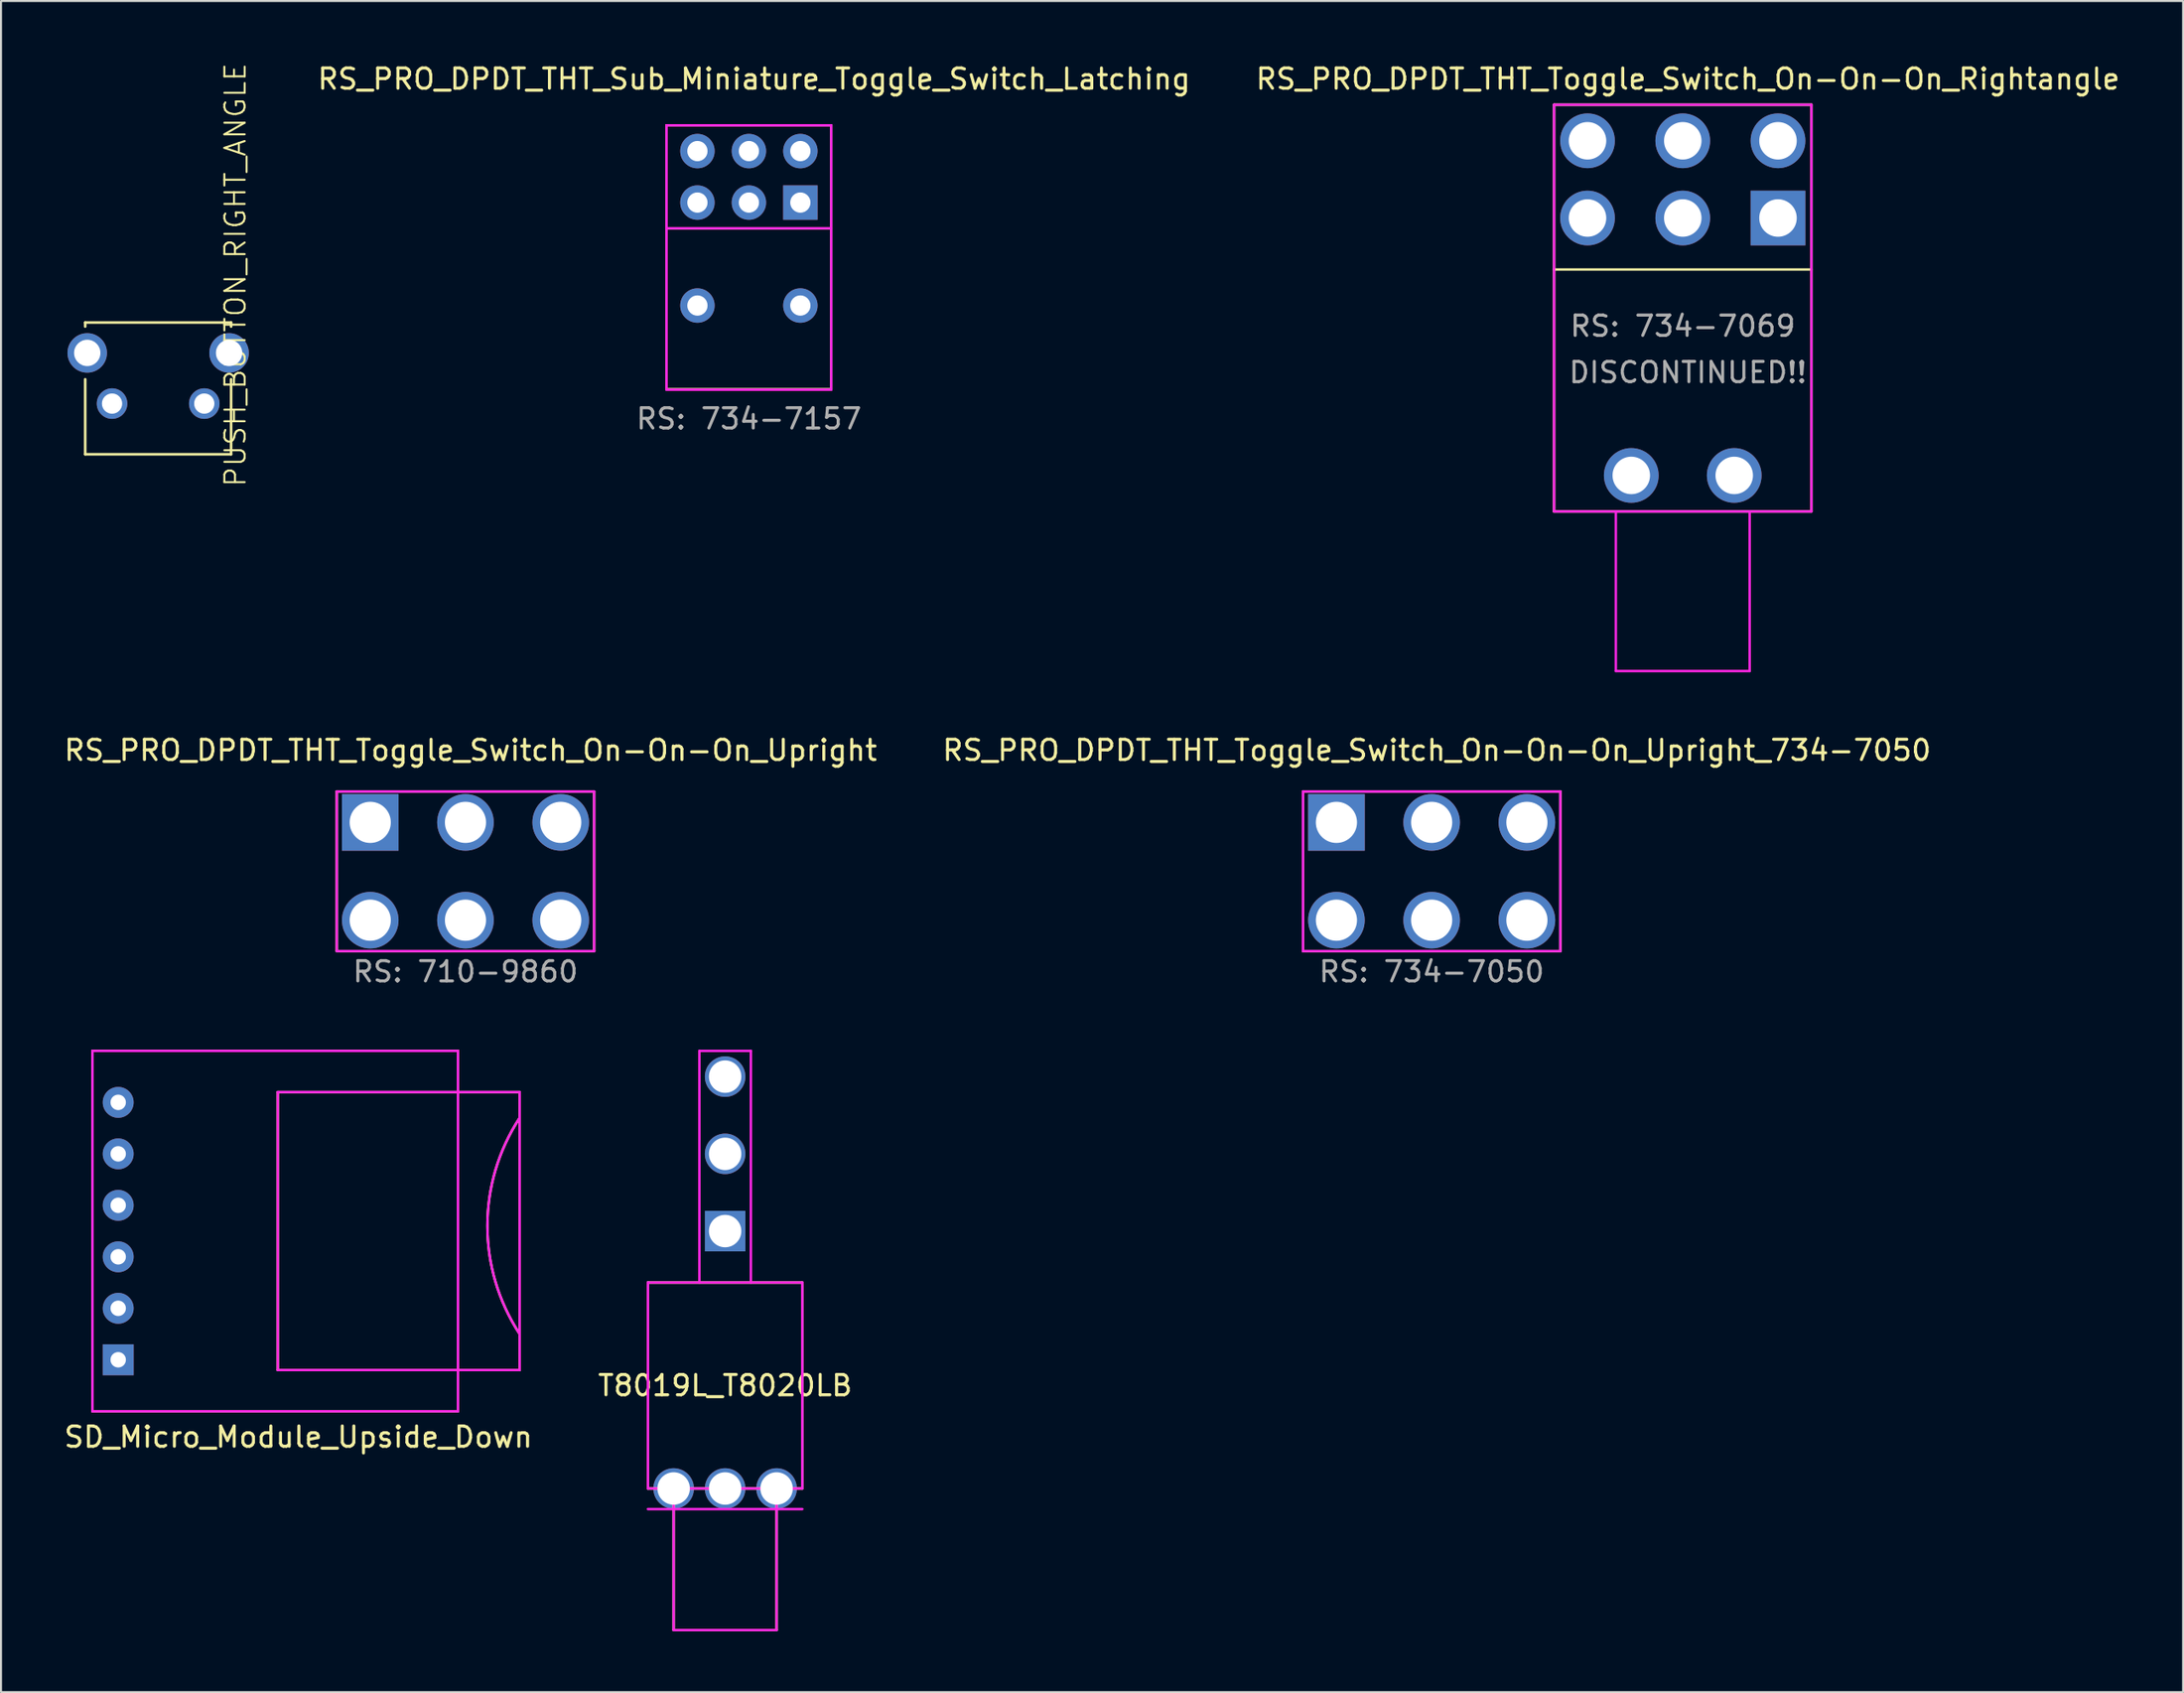
<source format=kicad_pcb>
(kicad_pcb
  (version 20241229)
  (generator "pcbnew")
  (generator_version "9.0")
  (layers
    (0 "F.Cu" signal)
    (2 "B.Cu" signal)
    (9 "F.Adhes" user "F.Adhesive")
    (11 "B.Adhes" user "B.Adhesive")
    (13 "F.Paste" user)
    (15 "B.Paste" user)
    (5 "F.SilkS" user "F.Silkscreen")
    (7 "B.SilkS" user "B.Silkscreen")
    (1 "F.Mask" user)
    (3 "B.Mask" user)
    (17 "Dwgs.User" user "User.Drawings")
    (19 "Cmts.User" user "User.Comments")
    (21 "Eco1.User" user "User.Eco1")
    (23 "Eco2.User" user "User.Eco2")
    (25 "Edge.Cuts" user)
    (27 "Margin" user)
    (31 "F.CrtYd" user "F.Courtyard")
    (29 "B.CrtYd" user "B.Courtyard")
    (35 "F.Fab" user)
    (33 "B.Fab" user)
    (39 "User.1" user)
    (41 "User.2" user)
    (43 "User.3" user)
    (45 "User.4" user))
  (footprint "RS_PRO_DPDT_THT_Toggle_Switch_On-On-On_Upright_734-7050"
    (layer "F.Cu")
    (at 67.597 42.349)
    (property "Reference" "RS_PRO_DPDT_THT_Toggle_Switch_On-On-On_Upright_734-7050" (at 0.254 -8.382 0) (layer "F.SilkS") (effects (font (size 1 1) (thickness 0.15))))
    (attr through_hole)
    (fp_line (start -6.35 -6.35) (end -6.35 1.524) (stroke (width 0.12) (type solid)) (layer "F.SilkS"))
    (fp_line (start -6.35 1.524) (end 6.35 1.524) (stroke (width 0.12) (type solid)) (layer "F.SilkS"))
    (fp_line (start 6.35 -6.35) (end -6.35 -6.35) (stroke (width 0.12) (type solid)) (layer "F.SilkS"))
    (fp_line (start 6.35 1.524) (end 6.35 -6.35) (stroke (width 0.12) (type solid)) (layer "F.SilkS"))
    (fp_line (start -6.35 -6.35) (end 6.35 -6.35) (stroke (width 0.12) (type solid)) (layer "F.CrtYd"))
    (fp_line (start -6.35 1.524) (end -6.35 -6.35) (stroke (width 0.12) (type solid)) (layer "F.CrtYd"))
    (fp_line (start -6.35 1.524) (end 6.35 1.524) (stroke (width 0.12) (type solid)) (layer "F.CrtYd"))
    (fp_line (start 6.35 -6.35) (end 6.35 1.524) (stroke (width 0.12) (type solid)) (layer "F.CrtYd"))
    (fp_text user "RS: 734-7050" (at 0 2.54 0) (layer "F.Fab") (effects (font (size 1 1) (thickness 0.15))))
    (pad "1" thru_hole rect (at -4.699 -4.826) (size 2.794 2.794) (drill 2.032) (layers "*.Cu" "*.Mask"))
    (pad "2" thru_hole circle (at 0 -4.826) (size 2.794 2.794) (drill 2.032) (layers "*.Cu" "*.Mask"))
    (pad "3" thru_hole circle (at 4.7 -4.826) (size 2.794 2.794) (drill 2.032) (layers "*.Cu" "*.Mask"))
    (pad "4" thru_hole circle (at -4.699 0) (size 2.794 2.794) (drill 2.032) (layers "*.Cu" "*.Mask"))
    (pad "5" thru_hole circle (at 0 0) (size 2.794 2.794) (drill 2.032) (layers "*.Cu" "*.Mask"))
    (pad "6" thru_hole circle (at 4.7 0) (size 2.794 2.794) (drill 2.032) (layers "*.Cu" "*.Mask")))
  (footprint "T8019L_T8020LB"
    (layer "F.Cu")
    (at 32.732 70.387)
    (property "Reference" "T8019L_T8020LB" (at 0 -5.08 0) (layer "F.SilkS") (effects (font (size 1 1) (thickness 0.15))))
    (attr through_hole)
    (fp_line (start -3.81 -10.16) (end -3.81 0) (stroke (width 0.12) (type solid)) (layer "F.SilkS"))
    (fp_line (start -3.81 -10.16) (end 3.81 -10.16) (stroke (width 0.12) (type solid)) (layer "F.SilkS"))
    (fp_line (start -3.81 0) (end 3.81 0) (stroke (width 0.12) (type solid)) (layer "F.SilkS"))
    (fp_line (start -2.54 0) (end -2.54 6.985) (stroke (width 0.12) (type solid)) (layer "F.SilkS"))
    (fp_line (start -2.54 6.985) (end 2.54 6.985) (stroke (width 0.12) (type solid)) (layer "F.SilkS"))
    (fp_line (start 2.54 6.985) (end 2.54 0) (stroke (width 0.12) (type solid)) (layer "F.SilkS"))
    (fp_line (start 3.81 0) (end 3.81 -10.16) (stroke (width 0.12) (type solid)) (layer "F.SilkS"))
    (fp_line (start -3.81 -10.16) (end -3.81 0) (stroke (width 0.12) (type solid)) (layer "F.CrtYd"))
    (fp_line (start -3.81 -10.16) (end 3.81 -10.16) (stroke (width 0.12) (type solid)) (layer "F.CrtYd"))
    (fp_line (start -3.81 0) (end 3.81 0) (stroke (width 0.12) (type solid)) (layer "F.CrtYd"))
    (fp_line (start -3.81 1.016) (end 3.81 1.016) (stroke (width 0.12) (type solid)) (layer "F.CrtYd"))
    (fp_line (start -2.54 0) (end -2.54 6.985) (stroke (width 0.12) (type solid)) (layer "F.CrtYd"))
    (fp_line (start -2.54 6.985) (end 2.54 6.985) (stroke (width 0.12) (type solid)) (layer "F.CrtYd"))
    (fp_line (start -1.27 -21.59) (end -1.27 -10.16) (stroke (width 0.12) (type solid)) (layer "F.CrtYd"))
    (fp_line (start 1.27 -21.59) (end -1.27 -21.59) (stroke (width 0.12) (type solid)) (layer "F.CrtYd"))
    (fp_line (start 1.27 -21.59) (end 1.27 -10.16) (stroke (width 0.12) (type solid)) (layer "F.CrtYd"))
    (fp_line (start 2.54 6.985) (end 2.54 0) (stroke (width 0.12) (type solid)) (layer "F.CrtYd"))
    (fp_line (start 3.81 0) (end 3.81 -10.16) (stroke (width 0.12) (type solid)) (layer "F.CrtYd"))
    (pad "1" thru_hole rect (at 0 -12.7 90) (size 2 2) (drill 1.6) (layers "*.Cu" "*.Mask"))
    (pad "2" thru_hole circle (at 0 -16.51 90) (size 2 2) (drill 1.6) (layers "*.Cu" "*.Mask"))
    (pad "3" thru_hole circle (at 0 -20.32 90) (size 2 2) (drill 1.6) (layers "*.Cu" "*.Mask"))
    (pad "M" thru_hole circle (at -2.54 0 90) (size 2 2) (drill 1.6) (layers "*.Cu" "*.Mask"))
    (pad "M" thru_hole circle (at 0 0 90) (size 2 2) (drill 1.6) (layers "*.Cu" "*.Mask"))
    (pad "M" thru_hole circle (at 2.54 0 90) (size 2 2) (drill 1.6) (layers "*.Cu" "*.Mask")))
  (footprint "RS_PRO_DPDT_THT_Toggle_Switch_On-On-On_Upright"
    (layer "F.Cu")
    (at 19.919 42.349)
    (property "Reference" "RS_PRO_DPDT_THT_Toggle_Switch_On-On-On_Upright" (at 0.254 -8.382 0) (layer "F.SilkS") (effects (font (size 1 1) (thickness 0.15))))
    (attr through_hole)
    (fp_line (start -6.35 -6.35) (end -6.35 1.524) (stroke (width 0.12) (type solid)) (layer "F.SilkS"))
    (fp_line (start -6.35 1.524) (end 6.35 1.524) (stroke (width 0.12) (type solid)) (layer "F.SilkS"))
    (fp_line (start 6.35 -6.35) (end -6.35 -6.35) (stroke (width 0.12) (type solid)) (layer "F.SilkS"))
    (fp_line (start 6.35 1.524) (end 6.35 -6.35) (stroke (width 0.12) (type solid)) (layer "F.SilkS"))
    (fp_line (start -6.35 -6.35) (end 6.35 -6.35) (stroke (width 0.12) (type solid)) (layer "F.CrtYd"))
    (fp_line (start -6.35 1.524) (end -6.35 -6.35) (stroke (width 0.12) (type solid)) (layer "F.CrtYd"))
    (fp_line (start -6.35 1.524) (end 6.35 1.524) (stroke (width 0.12) (type solid)) (layer "F.CrtYd"))
    (fp_line (start 6.35 -6.35) (end 6.35 1.524) (stroke (width 0.12) (type solid)) (layer "F.CrtYd"))
    (fp_text user "RS: 710-9860" (at 0 2.54 0) (layer "F.Fab") (effects (font (size 1 1) (thickness 0.15))))
    (pad "1" thru_hole rect (at -4.699 -4.826) (size 2.794 2.794) (drill 2.032) (layers "*.Cu" "*.Mask"))
    (pad "2" thru_hole circle (at 0 -4.826) (size 2.794 2.794) (drill 2.032) (layers "*.Cu" "*.Mask"))
    (pad "3" thru_hole circle (at 4.7 -4.826) (size 2.794 2.794) (drill 2.032) (layers "*.Cu" "*.Mask"))
    (pad "4" thru_hole circle (at -4.699 0) (size 2.794 2.794) (drill 2.032) (layers "*.Cu" "*.Mask"))
    (pad "5" thru_hole circle (at 0 0) (size 2.794 2.794) (drill 2.032) (layers "*.Cu" "*.Mask"))
    (pad "6" thru_hole circle (at 4.7 0) (size 2.794 2.794) (drill 2.032) (layers "*.Cu" "*.Mask")))
  (footprint "PUSH_BUTTON_RIGHT_ANGLE"
    (layer "F.Cu")
    (at 4.755 16.862)
    (property "Reference" "PUSH_BUTTON_RIGHT_ANGLE" (at 3.81 -6.35 90) (layer "F.SilkS") (effects (font (size 1.001 1.001) (thickness 0.1))))
    (attr through_hole)
    (fp_line (start -3.6 -4) (end -3.6 -3.8) (stroke (width 0.127) (type solid)) (layer "F.SilkS"))
    (fp_line (start -3.6 -4) (end 3.6 -4) (stroke (width 0.127) (type solid)) (layer "F.SilkS"))
    (fp_line (start -3.6 2.5) (end -3.6 -1.2) (stroke (width 0.127) (type solid)) (layer "F.SilkS"))
    (fp_line (start 3.6 -4) (end 3.6 -3.8) (stroke (width 0.127) (type solid)) (layer "F.SilkS"))
    (fp_line (start 3.6 2.5) (end -3.6 2.5) (stroke (width 0.127) (type solid)) (layer "F.SilkS"))
    (fp_line (start 3.6 2.5) (end 3.6 -1.2) (stroke (width 0.127) (type solid)) (layer "F.SilkS"))
    (fp_line (start -4.73 -4.25) (end 4.73 -4.25) (stroke (width 0.05) (type solid)) (layer "Eco1.User"))
    (fp_line (start -4.73 6.6) (end -4.73 -4.25) (stroke (width 0.05) (type solid)) (layer "Eco1.User"))
    (fp_line (start 4.73 -4.25) (end 4.73 6.6) (stroke (width 0.05) (type solid)) (layer "Eco1.User"))
    (fp_line (start 4.73 6.6) (end -4.73 6.6) (stroke (width 0.05) (type solid)) (layer "Eco1.User"))
    (fp_line (start -3.6 -4) (end 3.6 -4) (stroke (width 0.127) (type solid)) (layer "Eco2.User"))
    (fp_line (start -3.6 6.35) (end -3.6 -4) (stroke (width 0.127) (type solid)) (layer "Eco2.User"))
    (fp_line (start 3.6 -4) (end 3.6 6.35) (stroke (width 0.127) (type solid)) (layer "Eco2.User"))
    (fp_line (start 3.6 6.35) (end -3.6 6.35) (stroke (width 0.127) (type solid)) (layer "Eco2.User"))
    (pad "" thru_hole circle (at -3.5 -2.5) (size 1.95 1.95) (drill 1.3) (layers "*.Cu" "*.Mask"))
    (pad "" thru_hole circle (at 3.5 -2.5) (size 1.95 1.95) (drill 1.3) (layers "*.Cu" "*.Mask"))
    (pad "1" thru_hole circle (at -2.275 0) (size 1.508 1.508) (drill 1) (layers "*.Cu" "*.Mask"))
    (pad "2" thru_hole circle (at 2.275 0) (size 1.508 1.508) (drill 1) (layers "*.Cu" "*.Mask")))
  (footprint "SD_Micro_Module_Upside_Down"
    (layer "F.Cu")
    (at 2.783 64.037)
    (property "Reference" "SD_Micro_Module_Upside_Down" (at 8.89 3.81 0) (layer "F.SilkS") (effects (font (size 1 1) (thickness 0.15))))
    (attr through_hole)
    (fp_line (start -1.27 -15.24) (end -1.27 2.54) (stroke (width 0.12) (type solid)) (layer "F.SilkS"))
    (fp_line (start -1.27 2.54) (end 16.764 2.54) (stroke (width 0.12) (type solid)) (layer "F.SilkS"))
    (fp_line (start 7.874 -13.208) (end 7.874 0.508) (stroke (width 0.12) (type solid)) (layer "F.SilkS"))
    (fp_line (start 7.874 0.508) (end 19.812 0.508) (stroke (width 0.12) (type solid)) (layer "F.SilkS"))
    (fp_line (start 16.764 -15.24) (end -1.27 -15.24) (stroke (width 0.12) (type solid)) (layer "F.SilkS"))
    (fp_line (start 16.764 2.54) (end 16.764 -15.24) (stroke (width 0.12) (type solid)) (layer "F.SilkS"))
    (fp_line (start 19.812 -13.208) (end 7.874 -13.208) (stroke (width 0.12) (type solid)) (layer "F.SilkS"))
    (fp_line (start 19.812 0.508) (end 19.812 -13.208) (stroke (width 0.12) (type solid)) (layer "F.SilkS"))
    (fp_arc (start 19.807369 -1.277063) (mid 18.21807 -6.608223) (end 19.812 -11.938) (stroke (width 0.12) (type solid)) (layer "F.SilkS"))
    (fp_line (start -1.27 -15.24) (end -1.27 2.54) (stroke (width 0.12) (type solid)) (layer "F.CrtYd"))
    (fp_line (start -1.27 2.54) (end 16.764 2.54) (stroke (width 0.12) (type solid)) (layer "F.CrtYd"))
    (fp_line (start 7.874 -13.208) (end 7.874 0.508) (stroke (width 0.12) (type solid)) (layer "F.CrtYd"))
    (fp_line (start 7.874 0.508) (end 19.812 0.508) (stroke (width 0.12) (type solid)) (layer "F.CrtYd"))
    (fp_line (start 16.764 -15.24) (end -1.27 -15.24) (stroke (width 0.12) (type solid)) (layer "F.CrtYd"))
    (fp_line (start 16.764 2.54) (end 16.764 -15.24) (stroke (width 0.12) (type solid)) (layer "F.CrtYd"))
    (fp_line (start 19.812 -13.208) (end 7.874 -13.208) (stroke (width 0.12) (type solid)) (layer "F.CrtYd"))
    (fp_line (start 19.812 -13.208) (end 19.812 0.508) (stroke (width 0.12) (type solid)) (layer "F.CrtYd"))
    (fp_arc (start 19.812 -1.27) (mid 18.218069 -6.604) (end 19.812 -11.938) (stroke (width 0.12) (type solid)) (layer "F.CrtYd"))
    (pad "1" thru_hole rect (at 0 0) (size 1.524 1.524) (drill 0.762) (layers "*.Cu" "*.Mask"))
    (pad "2" thru_hole circle (at 0 -2.54) (size 1.524 1.524) (drill 0.762) (layers "*.Cu" "*.Mask"))
    (pad "3" thru_hole circle (at 0 -5.08) (size 1.524 1.524) (drill 0.762) (layers "*.Cu" "*.Mask"))
    (pad "4" thru_hole circle (at 0 -7.62) (size 1.524 1.524) (drill 0.762) (layers "*.Cu" "*.Mask"))
    (pad "5" thru_hole circle (at 0 -10.16) (size 1.524 1.524) (drill 0.762) (layers "*.Cu" "*.Mask"))
    (pad "6" thru_hole circle (at 0 -12.7) (size 1.524 1.524) (drill 0.762) (layers "*.Cu" "*.Mask")))
  (footprint "RS_PRO_DPDT_THT_Sub_Miniature_Toggle_Switch_Latching"
    (layer "F.Cu")
    (at 33.905 6.944)
    (property "Reference" "RS_PRO_DPDT_THT_Sub_Miniature_Toggle_Switch_Latching" (at 0.254 -6.096 0) (layer "F.SilkS") (effects (font (size 1 1) (thickness 0.15))))
    (attr through_hole)
    (fp_line (start -4.064 -3.81) (end -4.064 9.207) (stroke (width 0.12) (type solid)) (layer "F.SilkS"))
    (fp_line (start -4.064 1.27) (end 4.064 1.27) (stroke (width 0.12) (type solid)) (layer "F.SilkS"))
    (fp_line (start -4.064 9.207) (end 4.064 9.207) (stroke (width 0.12) (type solid)) (layer "F.SilkS"))
    (fp_line (start 4.064 -3.81) (end -4.064 -3.81) (stroke (width 0.12) (type solid)) (layer "F.SilkS"))
    (fp_line (start 4.064 9.207) (end 4.064 -3.81) (stroke (width 0.12) (type solid)) (layer "F.SilkS"))
    (fp_line (start -4.064 -3.81) (end 4.064 -3.81) (stroke (width 0.12) (type solid)) (layer "F.CrtYd"))
    (fp_line (start -4.064 9.233) (end -4.064 -3.81) (stroke (width 0.12) (type solid)) (layer "F.CrtYd"))
    (fp_line (start 4.064 -3.81) (end 4.064 9.233) (stroke (width 0.12) (type solid)) (layer "F.CrtYd"))
    (fp_line (start 4.064 1.27) (end -4.064 1.27) (stroke (width 0.12) (type solid)) (layer "F.CrtYd"))
    (fp_line (start 4.064 9.233) (end -4.064 9.233) (stroke (width 0.12) (type solid)) (layer "F.CrtYd"))
    (fp_text user "RS: 734-7157" (at 0 10.668 0) (layer "F.Fab") (effects (font (size 1 1) (thickness 0.15))))
    (pad "" thru_hole circle (at -2.54 5.08) (size 1.7 1.7) (drill 1) (layers "*.Cu" "*.Mask"))
    (pad "" thru_hole circle (at 2.54 5.08) (size 1.7 1.7) (drill 1) (layers "*.Cu" "*.Mask"))
    (pad "1" thru_hole rect (at 2.54 0) (size 1.7 1.7) (drill 1) (layers "*.Cu" "*.Mask"))
    (pad "2" thru_hole circle (at 0 0) (size 1.7 1.7) (drill 1) (layers "*.Cu" "*.Mask"))
    (pad "3" thru_hole circle (at -2.54 0) (size 1.7 1.7) (drill 1) (layers "*.Cu" "*.Mask"))
    (pad "4" thru_hole circle (at 2.54 -2.54) (size 1.7 1.7) (drill 1) (layers "*.Cu" "*.Mask"))
    (pad "5" thru_hole circle (at 0 -2.54) (size 1.7 1.7) (drill 1) (layers "*.Cu" "*.Mask"))
    (pad "6" thru_hole circle (at -2.54 -2.54) (size 1.7 1.7) (drill 1) (layers "*.Cu" "*.Mask")))
  (footprint "RS_PRO_DPDT_THT_Toggle_Switch_On-On-On_Rightangle"
    (layer "F.Cu")
    (at 79.988 7.706)
    (property "Reference" "RS_PRO_DPDT_THT_Toggle_Switch_On-On-On_Rightangle" (at 0.254 -6.858 0) (layer "F.SilkS") (effects (font (size 1 1) (thickness 0.15))))
    (attr through_hole)
    (fp_line (start -6.35 -5.588) (end -6.35 14.478) (stroke (width 0.12) (type solid)) (layer "F.SilkS"))
    (fp_line (start -6.35 2.54) (end 6.35 2.54) (stroke (width 0.12) (type solid)) (layer "F.SilkS"))
    (fp_line (start -6.35 14.478) (end 6.35 14.478) (stroke (width 0.12) (type solid)) (layer "F.SilkS"))
    (fp_line (start 6.35 -5.588) (end -6.35 -5.588) (stroke (width 0.12) (type solid)) (layer "F.SilkS"))
    (fp_line (start 6.35 14.478) (end 6.35 -5.588) (stroke (width 0.12) (type solid)) (layer "F.SilkS"))
    (fp_line (start -6.35 -5.588) (end 6.35 -5.588) (stroke (width 0.12) (type solid)) (layer "F.CrtYd"))
    (fp_line (start -6.35 14.478) (end -6.35 -5.588) (stroke (width 0.12) (type solid)) (layer "F.CrtYd"))
    (fp_line (start -3.302 14.478) (end -3.302 22.352) (stroke (width 0.12) (type solid)) (layer "F.CrtYd"))
    (fp_line (start -3.302 22.352) (end 3.302 22.352) (stroke (width 0.12) (type solid)) (layer "F.CrtYd"))
    (fp_line (start 3.302 22.352) (end 3.302 14.478) (stroke (width 0.12) (type solid)) (layer "F.CrtYd"))
    (fp_line (start 6.35 -5.588) (end 6.35 14.478) (stroke (width 0.12) (type solid)) (layer "F.CrtYd"))
    (fp_line (start 6.35 14.478) (end -6.35 14.478) (stroke (width 0.12) (type solid)) (layer "F.CrtYd"))
    (fp_text user "RS: 734-7069" (at 0 5.334 0) (layer "F.Fab") (effects (font (size 1 1) (thickness 0.15))))
    (fp_text user "DISCONTINUED!!" (at 0.254 7.62 0) (layer "F.Fab") (effects (font (size 1 1) (thickness 0.15))))
    (pad "" thru_hole circle (at -2.54 12.7) (size 2.7 2.7) (drill 1.85) (layers "*.Cu" "*.Mask"))
    (pad "" thru_hole circle (at 2.54 12.7) (size 2.7 2.7) (drill 1.85) (layers "*.Cu" "*.Mask"))
    (pad "1" thru_hole rect (at 4.7 0) (size 2.7 2.7) (drill 1.85) (layers "*.Cu" "*.Mask"))
    (pad "2" thru_hole circle (at 0 0) (size 2.7 2.7) (drill 1.85) (layers "*.Cu" "*.Mask"))
    (pad "3" thru_hole circle (at -4.7 0) (size 2.7 2.7) (drill 1.85) (layers "*.Cu" "*.Mask"))
    (pad "4" thru_hole circle (at 4.7 -3.81) (size 2.7 2.7) (drill 1.85) (layers "*.Cu" "*.Mask"))
    (pad "5" thru_hole circle (at 0 -3.81) (size 2.7 2.7) (drill 1.85) (layers "*.Cu" "*.Mask"))
    (pad "6" thru_hole circle (at -4.7 -3.81) (size 2.7 2.7) (drill 1.85) (layers "*.Cu" "*.Mask")))
  (gr_rect
    (start -3 -3)
    (end 104.677 80.432)
    (stroke (width 0.1) (type default))
    (fill no)
    (layer "Edge.Cuts")))
</source>
